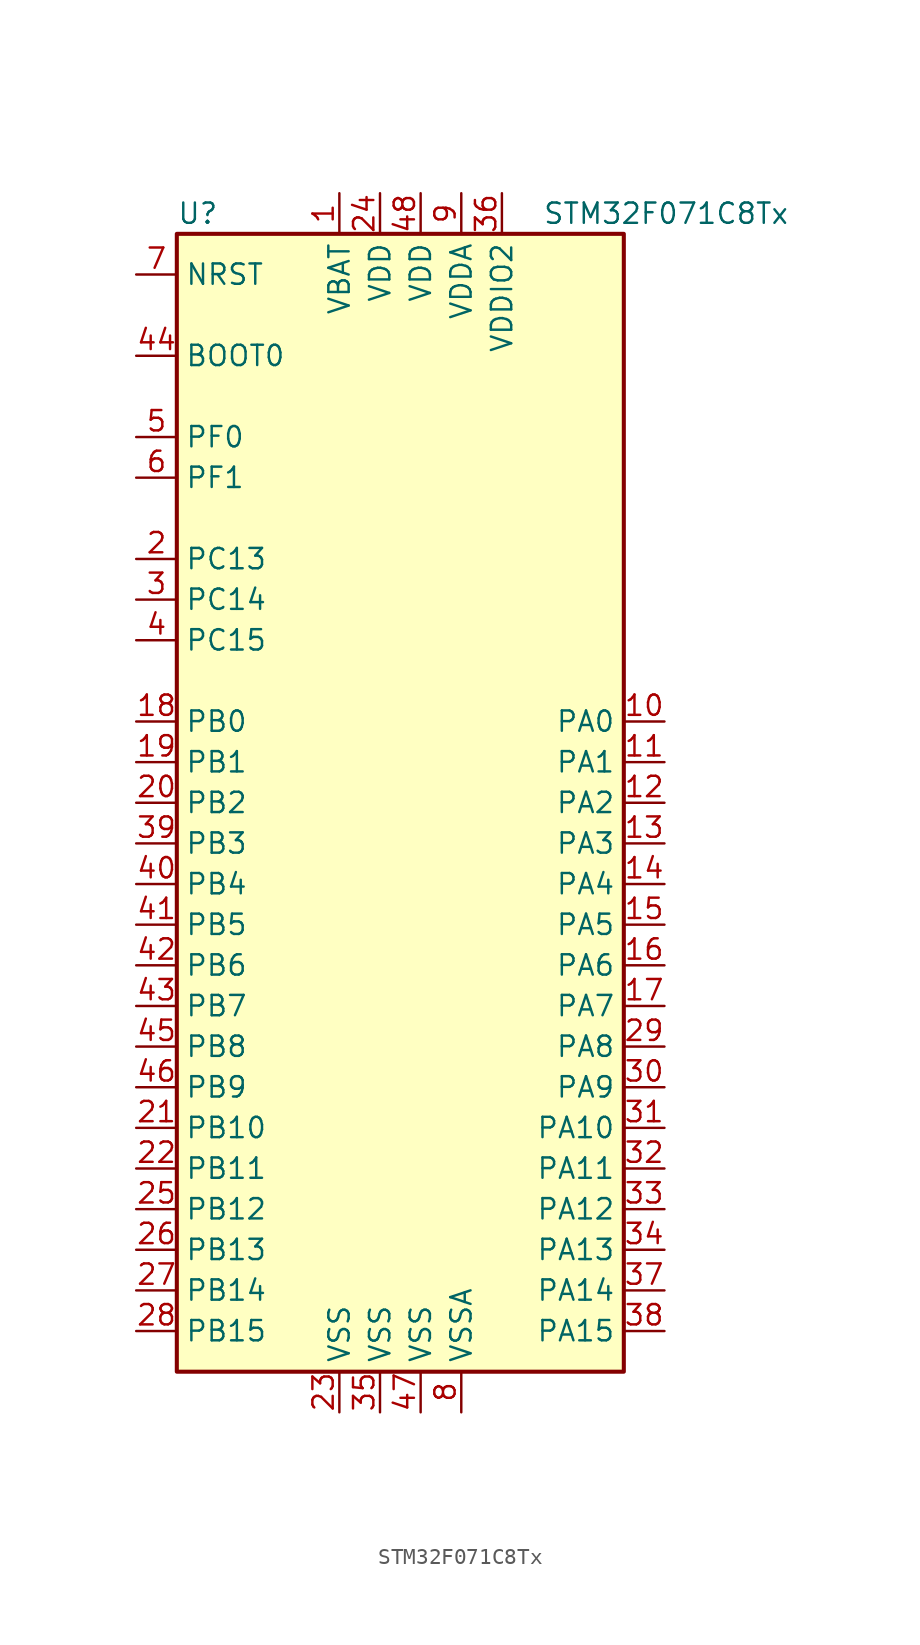
<source format=kicad_sym>
(kicad_symbol_lib
  (version 20201005)
  (generator kicad_symbol_editor)
  (symbol "STM32F071C8Tx"
    (property "Reference" "U"
      (at -15.24 36.83 0)
      (effects (font (size 1.27 1.27)) (justify left)))
    (property "Value" "STM32F071C8Tx"
      (at 7.62 36.83 0)
      (effects (font (size 1.27 1.27)) (justify left)))
    (symbol "STM32F071C8Tx_0_1"
      (rectangle (start -15.24 -35.56) (end 12.7 35.56) (stroke (width 0.254)) (fill (type background))))
    (symbol "STM32F071C8Tx_1_1"
      (pin input line (at -17.78 27.94 0) (length 2.54) (name "BOOT0" (effects (font (size 1.27 1.27)))) (number "44" (effects (font (size 1.27 1.27)))))
      (pin input line (at -17.78 33.02 0) (length 2.54) (name "NRST" (effects (font (size 1.27 1.27)))) (number "7" (effects (font (size 1.27 1.27)))))
      (pin bidirectional line (at 15.24 5.08 180) (length 2.54) (name "PA0" (effects (font (size 1.27 1.27)))) (number "10" (effects (font (size 1.27 1.27)))))
      (pin bidirectional line (at 15.24 2.54 180) (length 2.54) (name "PA1" (effects (font (size 1.27 1.27)))) (number "11" (effects (font (size 1.27 1.27)))))
      (pin bidirectional line (at 15.24 -20.32 180) (length 2.54) (name "PA10" (effects (font (size 1.27 1.27)))) (number "31" (effects (font (size 1.27 1.27)))))
      (pin bidirectional line (at 15.24 -22.86 180) (length 2.54) (name "PA11" (effects (font (size 1.27 1.27)))) (number "32" (effects (font (size 1.27 1.27)))))
      (pin bidirectional line (at 15.24 -25.4 180) (length 2.54) (name "PA12" (effects (font (size 1.27 1.27)))) (number "33" (effects (font (size 1.27 1.27)))))
      (pin bidirectional line (at 15.24 -27.94 180) (length 2.54) (name "PA13" (effects (font (size 1.27 1.27)))) (number "34" (effects (font (size 1.27 1.27)))))
      (pin bidirectional line (at 15.24 -30.48 180) (length 2.54) (name "PA14" (effects (font (size 1.27 1.27)))) (number "37" (effects (font (size 1.27 1.27)))))
      (pin bidirectional line (at 15.24 -33.02 180) (length 2.54) (name "PA15" (effects (font (size 1.27 1.27)))) (number "38" (effects (font (size 1.27 1.27)))))
      (pin bidirectional line (at 15.24 0 180) (length 2.54) (name "PA2" (effects (font (size 1.27 1.27)))) (number "12" (effects (font (size 1.27 1.27)))))
      (pin bidirectional line (at 15.24 -2.54 180) (length 2.54) (name "PA3" (effects (font (size 1.27 1.27)))) (number "13" (effects (font (size 1.27 1.27)))))
      (pin bidirectional line (at 15.24 -5.08 180) (length 2.54) (name "PA4" (effects (font (size 1.27 1.27)))) (number "14" (effects (font (size 1.27 1.27)))))
      (pin bidirectional line (at 15.24 -7.62 180) (length 2.54) (name "PA5" (effects (font (size 1.27 1.27)))) (number "15" (effects (font (size 1.27 1.27)))))
      (pin bidirectional line (at 15.24 -10.16 180) (length 2.54) (name "PA6" (effects (font (size 1.27 1.27)))) (number "16" (effects (font (size 1.27 1.27)))))
      (pin bidirectional line (at 15.24 -12.7 180) (length 2.54) (name "PA7" (effects (font (size 1.27 1.27)))) (number "17" (effects (font (size 1.27 1.27)))))
      (pin bidirectional line (at 15.24 -15.24 180) (length 2.54) (name "PA8" (effects (font (size 1.27 1.27)))) (number "29" (effects (font (size 1.27 1.27)))))
      (pin bidirectional line (at 15.24 -17.78 180) (length 2.54) (name "PA9" (effects (font (size 1.27 1.27)))) (number "30" (effects (font (size 1.27 1.27)))))
      (pin bidirectional line (at -17.78 5.08 0) (length 2.54) (name "PB0" (effects (font (size 1.27 1.27)))) (number "18" (effects (font (size 1.27 1.27)))))
      (pin bidirectional line (at -17.78 2.54 0) (length 2.54) (name "PB1" (effects (font (size 1.27 1.27)))) (number "19" (effects (font (size 1.27 1.27)))))
      (pin bidirectional line (at -17.78 -20.32 0) (length 2.54) (name "PB10" (effects (font (size 1.27 1.27)))) (number "21" (effects (font (size 1.27 1.27)))))
      (pin bidirectional line (at -17.78 -22.86 0) (length 2.54) (name "PB11" (effects (font (size 1.27 1.27)))) (number "22" (effects (font (size 1.27 1.27)))))
      (pin bidirectional line (at -17.78 -25.4 0) (length 2.54) (name "PB12" (effects (font (size 1.27 1.27)))) (number "25" (effects (font (size 1.27 1.27)))))
      (pin bidirectional line (at -17.78 -27.94 0) (length 2.54) (name "PB13" (effects (font (size 1.27 1.27)))) (number "26" (effects (font (size 1.27 1.27)))))
      (pin bidirectional line (at -17.78 -30.48 0) (length 2.54) (name "PB14" (effects (font (size 1.27 1.27)))) (number "27" (effects (font (size 1.27 1.27)))))
      (pin bidirectional line (at -17.78 -33.02 0) (length 2.54) (name "PB15" (effects (font (size 1.27 1.27)))) (number "28" (effects (font (size 1.27 1.27)))))
      (pin bidirectional line (at -17.78 0 0) (length 2.54) (name "PB2" (effects (font (size 1.27 1.27)))) (number "20" (effects (font (size 1.27 1.27)))))
      (pin bidirectional line (at -17.78 -2.54 0) (length 2.54) (name "PB3" (effects (font (size 1.27 1.27)))) (number "39" (effects (font (size 1.27 1.27)))))
      (pin bidirectional line (at -17.78 -5.08 0) (length 2.54) (name "PB4" (effects (font (size 1.27 1.27)))) (number "40" (effects (font (size 1.27 1.27)))))
      (pin bidirectional line (at -17.78 -7.62 0) (length 2.54) (name "PB5" (effects (font (size 1.27 1.27)))) (number "41" (effects (font (size 1.27 1.27)))))
      (pin bidirectional line (at -17.78 -10.16 0) (length 2.54) (name "PB6" (effects (font (size 1.27 1.27)))) (number "42" (effects (font (size 1.27 1.27)))))
      (pin bidirectional line (at -17.78 -12.7 0) (length 2.54) (name "PB7" (effects (font (size 1.27 1.27)))) (number "43" (effects (font (size 1.27 1.27)))))
      (pin bidirectional line (at -17.78 -15.24 0) (length 2.54) (name "PB8" (effects (font (size 1.27 1.27)))) (number "45" (effects (font (size 1.27 1.27)))))
      (pin bidirectional line (at -17.78 -17.78 0) (length 2.54) (name "PB9" (effects (font (size 1.27 1.27)))) (number "46" (effects (font (size 1.27 1.27)))))
      (pin bidirectional line (at -17.78 15.24 0) (length 2.54) (name "PC13" (effects (font (size 1.27 1.27)))) (number "2" (effects (font (size 1.27 1.27)))))
      (pin bidirectional line (at -17.78 12.7 0) (length 2.54) (name "PC14" (effects (font (size 1.27 1.27)))) (number "3" (effects (font (size 1.27 1.27)))))
      (pin bidirectional line (at -17.78 10.16 0) (length 2.54) (name "PC15" (effects (font (size 1.27 1.27)))) (number "4" (effects (font (size 1.27 1.27)))))
      (pin input line (at -17.78 22.86 0) (length 2.54) (name "PF0" (effects (font (size 1.27 1.27)))) (number "5" (effects (font (size 1.27 1.27)))))
      (pin input line (at -17.78 20.32 0) (length 2.54) (name "PF1" (effects (font (size 1.27 1.27)))) (number "6" (effects (font (size 1.27 1.27)))))
      (pin power_in line (at -5.08 38.1 270) (length 2.54) (name "VBAT" (effects (font (size 1.27 1.27)))) (number "1" (effects (font (size 1.27 1.27)))))
      (pin power_in line (at -2.54 38.1 270) (length 2.54) (name "VDD" (effects (font (size 1.27 1.27)))) (number "24" (effects (font (size 1.27 1.27)))))
      (pin power_in line (at 0 38.1 270) (length 2.54) (name "VDD" (effects (font (size 1.27 1.27)))) (number "48" (effects (font (size 1.27 1.27)))))
      (pin power_in line (at 2.54 38.1 270) (length 2.54) (name "VDDA" (effects (font (size 1.27 1.27)))) (number "9" (effects (font (size 1.27 1.27)))))
      (pin power_in line (at 5.08 38.1 270) (length 2.54) (name "VDDIO2" (effects (font (size 1.27 1.27)))) (number "36" (effects (font (size 1.27 1.27)))))
      (pin power_in line (at -5.08 -38.1 90) (length 2.54) (name "VSS" (effects (font (size 1.27 1.27)))) (number "23" (effects (font (size 1.27 1.27)))))
      (pin power_in line (at -2.54 -38.1 90) (length 2.54) (name "VSS" (effects (font (size 1.27 1.27)))) (number "35" (effects (font (size 1.27 1.27)))))
      (pin power_in line (at 0 -38.1 90) (length 2.54) (name "VSS" (effects (font (size 1.27 1.27)))) (number "47" (effects (font (size 1.27 1.27)))))
      (pin power_in line (at 2.54 -38.1 90) (length 2.54) (name "VSSA" (effects (font (size 1.27 1.27)))) (number "8" (effects (font (size 1.27 1.27))))))))
</source>
